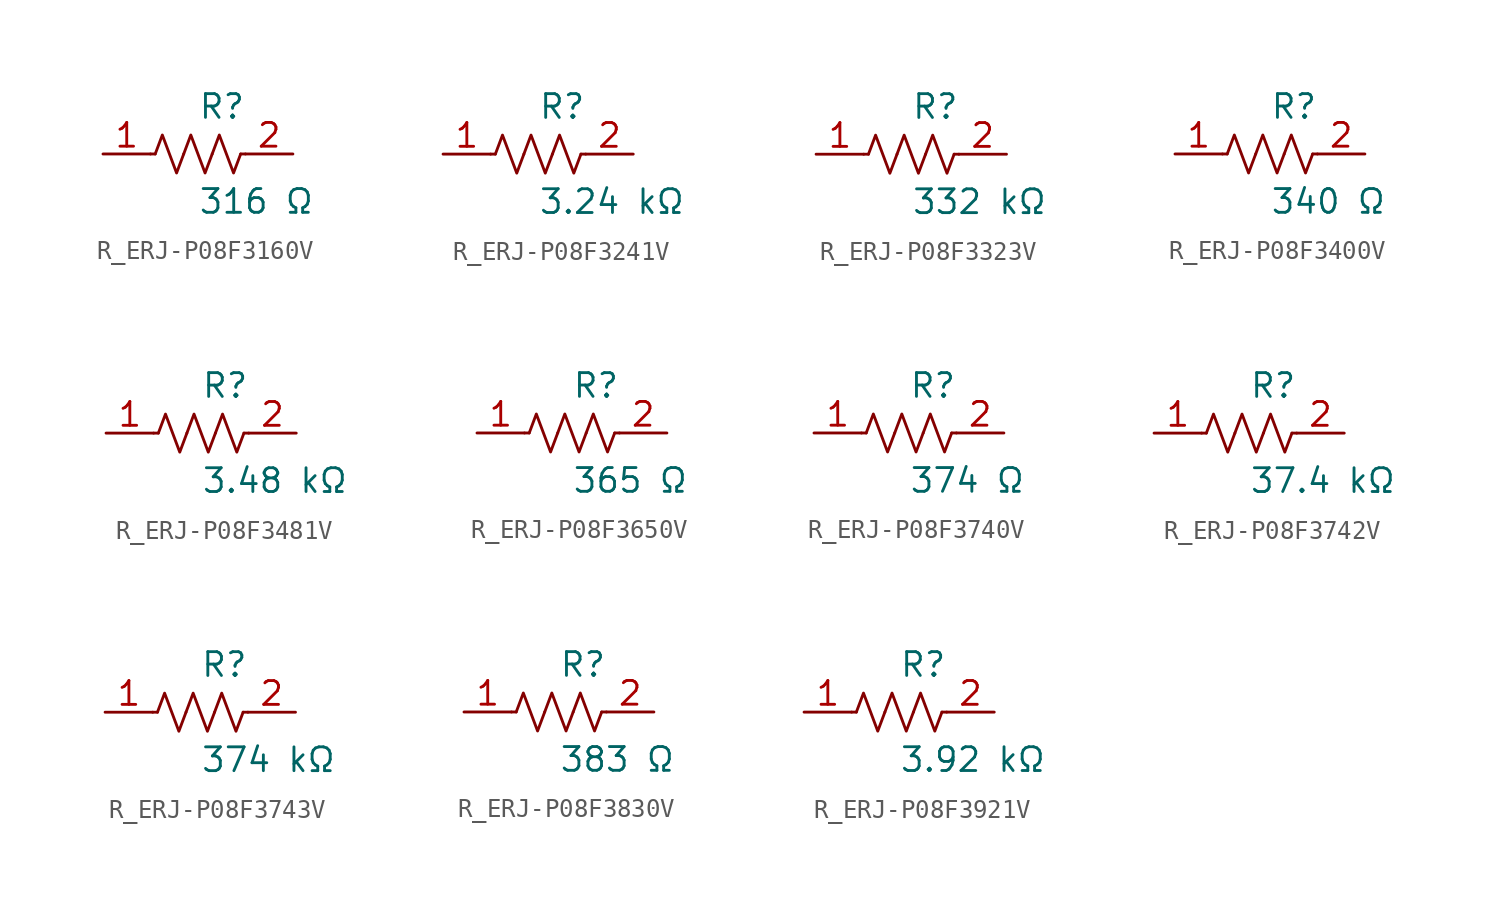
<source format=kicad_sym>
(kicad_symbol_lib
  (version 20231120)
  (generator kicad_symbol_editor)
  (generator_version 8.0)
  (symbol "R_ERJ-P08F3160V"
    (pin_names
      (offset 0.254))
    (property "Reference" "R"
      (at 0.0 2.54 0)
      (effects (font (size 1.27 1.27)) (justify left)))
    (property "Value" "316 Ω"
      (at 0.0 -2.54 0)
      (effects (font (size 1.27 1.27)) (justify left)))
    (symbol "R_ERJ-P08F3160V_0_1"
      (polyline (pts (xy 2.286 0) (xy 2.54 0)) (stroke (width 0) (type default)) (fill (type none)))
      (polyline (pts (xy -2.286 0) (xy -2.54 0)) (stroke (width 0) (type default)) (fill (type none)))
      (polyline (pts (xy 0.762 0) (xy 1.143 1.016) (xy 1.524 0) (xy 1.905 -1.016) (xy 2.286 0)) (stroke (width 0) (type default)) (fill (type none)))
      (polyline (pts (xy -0.762 0) (xy -0.381 1.016) (xy 0 0) (xy 0.381 -1.016) (xy 0.762 0)) (stroke (width 0) (type default)) (fill (type none)))
      (polyline (pts (xy -2.286 0) (xy -1.905 1.016) (xy -1.524 0) (xy -1.143 -1.016) (xy -0.762 0)) (stroke (width 0) (type default)) (fill (type none))))
    (pin unspecified line
      (at -5.08 0 0)
      (length 2.54)
      (name "" (effects (font (size 1.27 1.27))))
      (number "1" (effects (font (size 1.27 1.27)))))
    (pin unspecified line
      (at 5.08 0 180)
      (length 2.54)
      (name "" (effects (font (size 1.27 1.27))))
      (number "2" (effects (font (size 1.27 1.27))))))
  (symbol "R_ERJ-P08F3241V"
    (pin_names
      (offset 0.254))
    (property "Reference" "R"
      (at 0.0 2.54 0)
      (effects (font (size 1.27 1.27)) (justify left)))
    (property "Value" "3.24 kΩ"
      (at 0.0 -2.54 0)
      (effects (font (size 1.27 1.27)) (justify left)))
    (symbol "R_ERJ-P08F3241V_0_1"
      (polyline (pts (xy 2.286 0) (xy 2.54 0)) (stroke (width 0) (type default)) (fill (type none)))
      (polyline (pts (xy -2.286 0) (xy -2.54 0)) (stroke (width 0) (type default)) (fill (type none)))
      (polyline (pts (xy 0.762 0) (xy 1.143 1.016) (xy 1.524 0) (xy 1.905 -1.016) (xy 2.286 0)) (stroke (width 0) (type default)) (fill (type none)))
      (polyline (pts (xy -0.762 0) (xy -0.381 1.016) (xy 0 0) (xy 0.381 -1.016) (xy 0.762 0)) (stroke (width 0) (type default)) (fill (type none)))
      (polyline (pts (xy -2.286 0) (xy -1.905 1.016) (xy -1.524 0) (xy -1.143 -1.016) (xy -0.762 0)) (stroke (width 0) (type default)) (fill (type none))))
    (pin unspecified line
      (at -5.08 0 0)
      (length 2.54)
      (name "" (effects (font (size 1.27 1.27))))
      (number "1" (effects (font (size 1.27 1.27)))))
    (pin unspecified line
      (at 5.08 0 180)
      (length 2.54)
      (name "" (effects (font (size 1.27 1.27))))
      (number "2" (effects (font (size 1.27 1.27))))))
  (symbol "R_ERJ-P08F3323V"
    (pin_names
      (offset 0.254))
    (property "Reference" "R"
      (at 0.0 2.54 0)
      (effects (font (size 1.27 1.27)) (justify left)))
    (property "Value" "332 kΩ"
      (at 0.0 -2.54 0)
      (effects (font (size 1.27 1.27)) (justify left)))
    (symbol "R_ERJ-P08F3323V_0_1"
      (polyline (pts (xy 2.286 0) (xy 2.54 0)) (stroke (width 0) (type default)) (fill (type none)))
      (polyline (pts (xy -2.286 0) (xy -2.54 0)) (stroke (width 0) (type default)) (fill (type none)))
      (polyline (pts (xy 0.762 0) (xy 1.143 1.016) (xy 1.524 0) (xy 1.905 -1.016) (xy 2.286 0)) (stroke (width 0) (type default)) (fill (type none)))
      (polyline (pts (xy -0.762 0) (xy -0.381 1.016) (xy 0 0) (xy 0.381 -1.016) (xy 0.762 0)) (stroke (width 0) (type default)) (fill (type none)))
      (polyline (pts (xy -2.286 0) (xy -1.905 1.016) (xy -1.524 0) (xy -1.143 -1.016) (xy -0.762 0)) (stroke (width 0) (type default)) (fill (type none))))
    (pin unspecified line
      (at -5.08 0 0)
      (length 2.54)
      (name "" (effects (font (size 1.27 1.27))))
      (number "1" (effects (font (size 1.27 1.27)))))
    (pin unspecified line
      (at 5.08 0 180)
      (length 2.54)
      (name "" (effects (font (size 1.27 1.27))))
      (number "2" (effects (font (size 1.27 1.27))))))
  (symbol "R_ERJ-P08F3400V"
    (pin_names
      (offset 0.254))
    (property "Reference" "R"
      (at 0.0 2.54 0)
      (effects (font (size 1.27 1.27)) (justify left)))
    (property "Value" "340 Ω"
      (at 0.0 -2.54 0)
      (effects (font (size 1.27 1.27)) (justify left)))
    (symbol "R_ERJ-P08F3400V_0_1"
      (polyline (pts (xy 2.286 0) (xy 2.54 0)) (stroke (width 0) (type default)) (fill (type none)))
      (polyline (pts (xy -2.286 0) (xy -2.54 0)) (stroke (width 0) (type default)) (fill (type none)))
      (polyline (pts (xy 0.762 0) (xy 1.143 1.016) (xy 1.524 0) (xy 1.905 -1.016) (xy 2.286 0)) (stroke (width 0) (type default)) (fill (type none)))
      (polyline (pts (xy -0.762 0) (xy -0.381 1.016) (xy 0 0) (xy 0.381 -1.016) (xy 0.762 0)) (stroke (width 0) (type default)) (fill (type none)))
      (polyline (pts (xy -2.286 0) (xy -1.905 1.016) (xy -1.524 0) (xy -1.143 -1.016) (xy -0.762 0)) (stroke (width 0) (type default)) (fill (type none))))
    (pin unspecified line
      (at -5.08 0 0)
      (length 2.54)
      (name "" (effects (font (size 1.27 1.27))))
      (number "1" (effects (font (size 1.27 1.27)))))
    (pin unspecified line
      (at 5.08 0 180)
      (length 2.54)
      (name "" (effects (font (size 1.27 1.27))))
      (number "2" (effects (font (size 1.27 1.27))))))
  (symbol "R_ERJ-P08F3481V"
    (pin_names
      (offset 0.254))
    (property "Reference" "R"
      (at 0.0 2.54 0)
      (effects (font (size 1.27 1.27)) (justify left)))
    (property "Value" "3.48 kΩ"
      (at 0.0 -2.54 0)
      (effects (font (size 1.27 1.27)) (justify left)))
    (symbol "R_ERJ-P08F3481V_0_1"
      (polyline (pts (xy 2.286 0) (xy 2.54 0)) (stroke (width 0) (type default)) (fill (type none)))
      (polyline (pts (xy -2.286 0) (xy -2.54 0)) (stroke (width 0) (type default)) (fill (type none)))
      (polyline (pts (xy 0.762 0) (xy 1.143 1.016) (xy 1.524 0) (xy 1.905 -1.016) (xy 2.286 0)) (stroke (width 0) (type default)) (fill (type none)))
      (polyline (pts (xy -0.762 0) (xy -0.381 1.016) (xy 0 0) (xy 0.381 -1.016) (xy 0.762 0)) (stroke (width 0) (type default)) (fill (type none)))
      (polyline (pts (xy -2.286 0) (xy -1.905 1.016) (xy -1.524 0) (xy -1.143 -1.016) (xy -0.762 0)) (stroke (width 0) (type default)) (fill (type none))))
    (pin unspecified line
      (at -5.08 0 0)
      (length 2.54)
      (name "" (effects (font (size 1.27 1.27))))
      (number "1" (effects (font (size 1.27 1.27)))))
    (pin unspecified line
      (at 5.08 0 180)
      (length 2.54)
      (name "" (effects (font (size 1.27 1.27))))
      (number "2" (effects (font (size 1.27 1.27))))))
  (symbol "R_ERJ-P08F3650V"
    (pin_names
      (offset 0.254))
    (property "Reference" "R"
      (at 0.0 2.54 0)
      (effects (font (size 1.27 1.27)) (justify left)))
    (property "Value" "365 Ω"
      (at 0.0 -2.54 0)
      (effects (font (size 1.27 1.27)) (justify left)))
    (symbol "R_ERJ-P08F3650V_0_1"
      (polyline (pts (xy 2.286 0) (xy 2.54 0)) (stroke (width 0) (type default)) (fill (type none)))
      (polyline (pts (xy -2.286 0) (xy -2.54 0)) (stroke (width 0) (type default)) (fill (type none)))
      (polyline (pts (xy 0.762 0) (xy 1.143 1.016) (xy 1.524 0) (xy 1.905 -1.016) (xy 2.286 0)) (stroke (width 0) (type default)) (fill (type none)))
      (polyline (pts (xy -0.762 0) (xy -0.381 1.016) (xy 0 0) (xy 0.381 -1.016) (xy 0.762 0)) (stroke (width 0) (type default)) (fill (type none)))
      (polyline (pts (xy -2.286 0) (xy -1.905 1.016) (xy -1.524 0) (xy -1.143 -1.016) (xy -0.762 0)) (stroke (width 0) (type default)) (fill (type none))))
    (pin unspecified line
      (at -5.08 0 0)
      (length 2.54)
      (name "" (effects (font (size 1.27 1.27))))
      (number "1" (effects (font (size 1.27 1.27)))))
    (pin unspecified line
      (at 5.08 0 180)
      (length 2.54)
      (name "" (effects (font (size 1.27 1.27))))
      (number "2" (effects (font (size 1.27 1.27))))))
  (symbol "R_ERJ-P08F3740V"
    (pin_names
      (offset 0.254))
    (property "Reference" "R"
      (at 0.0 2.54 0)
      (effects (font (size 1.27 1.27)) (justify left)))
    (property "Value" "374 Ω"
      (at 0.0 -2.54 0)
      (effects (font (size 1.27 1.27)) (justify left)))
    (symbol "R_ERJ-P08F3740V_0_1"
      (polyline (pts (xy 2.286 0) (xy 2.54 0)) (stroke (width 0) (type default)) (fill (type none)))
      (polyline (pts (xy -2.286 0) (xy -2.54 0)) (stroke (width 0) (type default)) (fill (type none)))
      (polyline (pts (xy 0.762 0) (xy 1.143 1.016) (xy 1.524 0) (xy 1.905 -1.016) (xy 2.286 0)) (stroke (width 0) (type default)) (fill (type none)))
      (polyline (pts (xy -0.762 0) (xy -0.381 1.016) (xy 0 0) (xy 0.381 -1.016) (xy 0.762 0)) (stroke (width 0) (type default)) (fill (type none)))
      (polyline (pts (xy -2.286 0) (xy -1.905 1.016) (xy -1.524 0) (xy -1.143 -1.016) (xy -0.762 0)) (stroke (width 0) (type default)) (fill (type none))))
    (pin unspecified line
      (at -5.08 0 0)
      (length 2.54)
      (name "" (effects (font (size 1.27 1.27))))
      (number "1" (effects (font (size 1.27 1.27)))))
    (pin unspecified line
      (at 5.08 0 180)
      (length 2.54)
      (name "" (effects (font (size 1.27 1.27))))
      (number "2" (effects (font (size 1.27 1.27))))))
  (symbol "R_ERJ-P08F3742V"
    (pin_names
      (offset 0.254))
    (property "Reference" "R"
      (at 0.0 2.54 0)
      (effects (font (size 1.27 1.27)) (justify left)))
    (property "Value" "37.4 kΩ"
      (at 0.0 -2.54 0)
      (effects (font (size 1.27 1.27)) (justify left)))
    (symbol "R_ERJ-P08F3742V_0_1"
      (polyline (pts (xy 2.286 0) (xy 2.54 0)) (stroke (width 0) (type default)) (fill (type none)))
      (polyline (pts (xy -2.286 0) (xy -2.54 0)) (stroke (width 0) (type default)) (fill (type none)))
      (polyline (pts (xy 0.762 0) (xy 1.143 1.016) (xy 1.524 0) (xy 1.905 -1.016) (xy 2.286 0)) (stroke (width 0) (type default)) (fill (type none)))
      (polyline (pts (xy -0.762 0) (xy -0.381 1.016) (xy 0 0) (xy 0.381 -1.016) (xy 0.762 0)) (stroke (width 0) (type default)) (fill (type none)))
      (polyline (pts (xy -2.286 0) (xy -1.905 1.016) (xy -1.524 0) (xy -1.143 -1.016) (xy -0.762 0)) (stroke (width 0) (type default)) (fill (type none))))
    (pin unspecified line
      (at -5.08 0 0)
      (length 2.54)
      (name "" (effects (font (size 1.27 1.27))))
      (number "1" (effects (font (size 1.27 1.27)))))
    (pin unspecified line
      (at 5.08 0 180)
      (length 2.54)
      (name "" (effects (font (size 1.27 1.27))))
      (number "2" (effects (font (size 1.27 1.27))))))
  (symbol "R_ERJ-P08F3743V"
    (pin_names
      (offset 0.254))
    (property "Reference" "R"
      (at 0.0 2.54 0)
      (effects (font (size 1.27 1.27)) (justify left)))
    (property "Value" "374 kΩ"
      (at 0.0 -2.54 0)
      (effects (font (size 1.27 1.27)) (justify left)))
    (symbol "R_ERJ-P08F3743V_0_1"
      (polyline (pts (xy 2.286 0) (xy 2.54 0)) (stroke (width 0) (type default)) (fill (type none)))
      (polyline (pts (xy -2.286 0) (xy -2.54 0)) (stroke (width 0) (type default)) (fill (type none)))
      (polyline (pts (xy 0.762 0) (xy 1.143 1.016) (xy 1.524 0) (xy 1.905 -1.016) (xy 2.286 0)) (stroke (width 0) (type default)) (fill (type none)))
      (polyline (pts (xy -0.762 0) (xy -0.381 1.016) (xy 0 0) (xy 0.381 -1.016) (xy 0.762 0)) (stroke (width 0) (type default)) (fill (type none)))
      (polyline (pts (xy -2.286 0) (xy -1.905 1.016) (xy -1.524 0) (xy -1.143 -1.016) (xy -0.762 0)) (stroke (width 0) (type default)) (fill (type none))))
    (pin unspecified line
      (at -5.08 0 0)
      (length 2.54)
      (name "" (effects (font (size 1.27 1.27))))
      (number "1" (effects (font (size 1.27 1.27)))))
    (pin unspecified line
      (at 5.08 0 180)
      (length 2.54)
      (name "" (effects (font (size 1.27 1.27))))
      (number "2" (effects (font (size 1.27 1.27))))))
  (symbol "R_ERJ-P08F3830V"
    (pin_names
      (offset 0.254))
    (property "Reference" "R"
      (at 0.0 2.54 0)
      (effects (font (size 1.27 1.27)) (justify left)))
    (property "Value" "383 Ω"
      (at 0.0 -2.54 0)
      (effects (font (size 1.27 1.27)) (justify left)))
    (symbol "R_ERJ-P08F3830V_0_1"
      (polyline (pts (xy 2.286 0) (xy 2.54 0)) (stroke (width 0) (type default)) (fill (type none)))
      (polyline (pts (xy -2.286 0) (xy -2.54 0)) (stroke (width 0) (type default)) (fill (type none)))
      (polyline (pts (xy 0.762 0) (xy 1.143 1.016) (xy 1.524 0) (xy 1.905 -1.016) (xy 2.286 0)) (stroke (width 0) (type default)) (fill (type none)))
      (polyline (pts (xy -0.762 0) (xy -0.381 1.016) (xy 0 0) (xy 0.381 -1.016) (xy 0.762 0)) (stroke (width 0) (type default)) (fill (type none)))
      (polyline (pts (xy -2.286 0) (xy -1.905 1.016) (xy -1.524 0) (xy -1.143 -1.016) (xy -0.762 0)) (stroke (width 0) (type default)) (fill (type none))))
    (pin unspecified line
      (at -5.08 0 0)
      (length 2.54)
      (name "" (effects (font (size 1.27 1.27))))
      (number "1" (effects (font (size 1.27 1.27)))))
    (pin unspecified line
      (at 5.08 0 180)
      (length 2.54)
      (name "" (effects (font (size 1.27 1.27))))
      (number "2" (effects (font (size 1.27 1.27))))))
  (symbol "R_ERJ-P08F3921V"
    (pin_names
      (offset 0.254))
    (property "Reference" "R"
      (at 0.0 2.54 0)
      (effects (font (size 1.27 1.27)) (justify left)))
    (property "Value" "3.92 kΩ"
      (at 0.0 -2.54 0)
      (effects (font (size 1.27 1.27)) (justify left)))
    (symbol "R_ERJ-P08F3921V_0_1"
      (polyline (pts (xy 2.286 0) (xy 2.54 0)) (stroke (width 0) (type default)) (fill (type none)))
      (polyline (pts (xy -2.286 0) (xy -2.54 0)) (stroke (width 0) (type default)) (fill (type none)))
      (polyline (pts (xy 0.762 0) (xy 1.143 1.016) (xy 1.524 0) (xy 1.905 -1.016) (xy 2.286 0)) (stroke (width 0) (type default)) (fill (type none)))
      (polyline (pts (xy -0.762 0) (xy -0.381 1.016) (xy 0 0) (xy 0.381 -1.016) (xy 0.762 0)) (stroke (width 0) (type default)) (fill (type none)))
      (polyline (pts (xy -2.286 0) (xy -1.905 1.016) (xy -1.524 0) (xy -1.143 -1.016) (xy -0.762 0)) (stroke (width 0) (type default)) (fill (type none))))
    (pin unspecified line
      (at -5.08 0 0)
      (length 2.54)
      (name "" (effects (font (size 1.27 1.27))))
      (number "1" (effects (font (size 1.27 1.27)))))
    (pin unspecified line
      (at 5.08 0 180)
      (length 2.54)
      (name "" (effects (font (size 1.27 1.27))))
      (number "2" (effects (font (size 1.27 1.27)))))))
</source>
